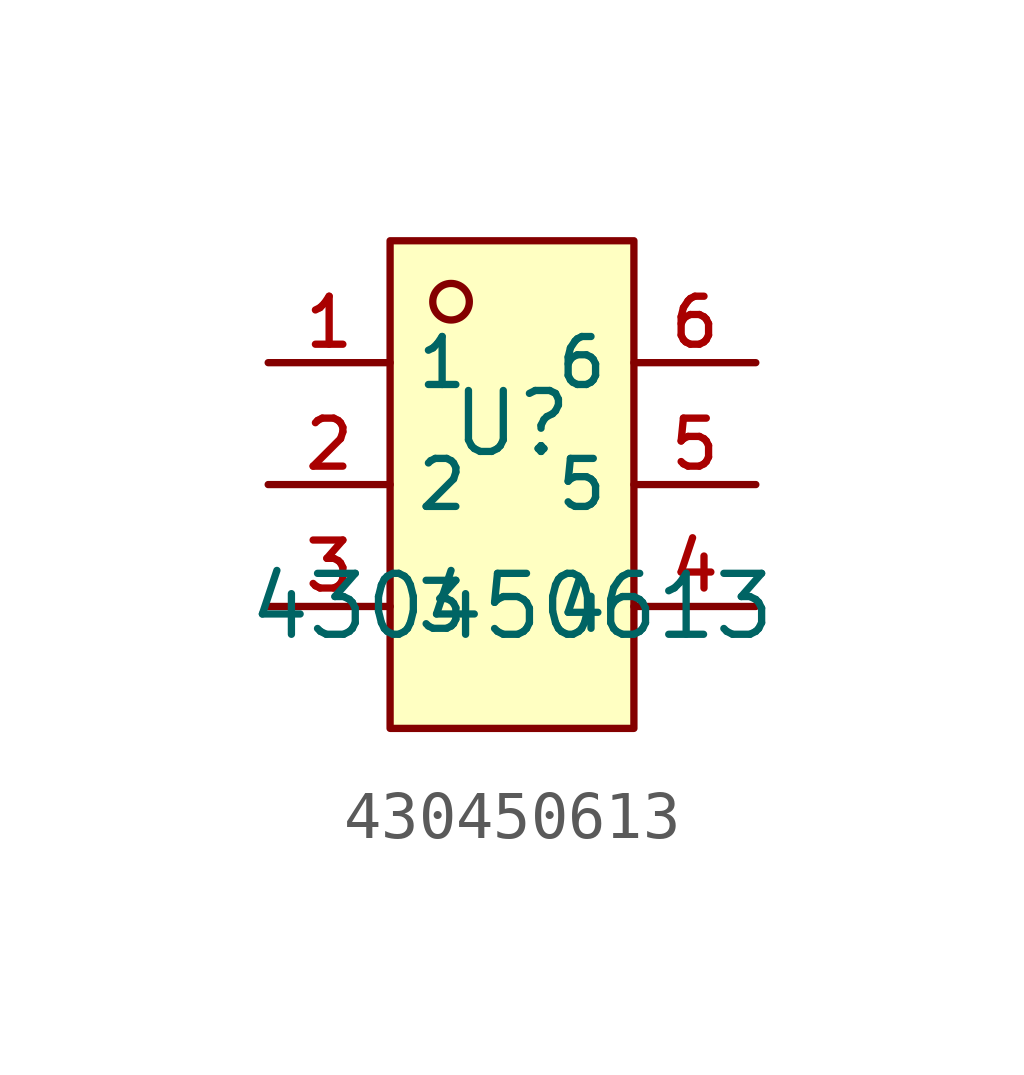
<source format=kicad_sym>
(kicad_symbol_lib
  (version 20210201)
  (generator TousstNicolas/JLC2KiCad_lib)
  (symbol "430450613"
    (property "Reference" "U"
      (at 0 1.27 0)
      (effects (font (size 1.27 1.27))))
    (property "Value" "430450613"
      (at 0 -2.54 0)
      (effects (font (size 1.27 1.27))))
    (symbol "430450613_0_1"
      (rectangle (start -2.54 5.08) (end 2.54 -5.08) (stroke (width 0) (type default) (color 0 0 0 0)) (fill (type background)))
      (circle (center -1.27 3.81) (radius 0.381) (stroke (width 0) (type default) (color 0 0 0 0)) (fill (type background)))
      (pin unspecified line (at -5.08 2.54 0) (length 2.54) (name "1" (effects (font (size 1 1)))) (number "1" (effects (font (size 1 1)))))
      (pin unspecified line (at -5.08 -0.0 0) (length 2.54) (name "2" (effects (font (size 1 1)))) (number "2" (effects (font (size 1 1)))))
      (pin unspecified line (at -5.08 -2.54 0) (length 2.54) (name "3" (effects (font (size 1 1)))) (number "3" (effects (font (size 1 1)))))
      (pin unspecified line (at 5.08 -2.54 180) (length 2.54) (name "4" (effects (font (size 1 1)))) (number "4" (effects (font (size 1 1)))))
      (pin unspecified line (at 5.08 -0.0 180) (length 2.54) (name "5" (effects (font (size 1 1)))) (number "5" (effects (font (size 1 1)))))
      (pin unspecified line (at 5.08 2.54 180) (length 2.54) (name "6" (effects (font (size 1 1)))) (number "6" (effects (font (size 1 1))))))))
</source>
